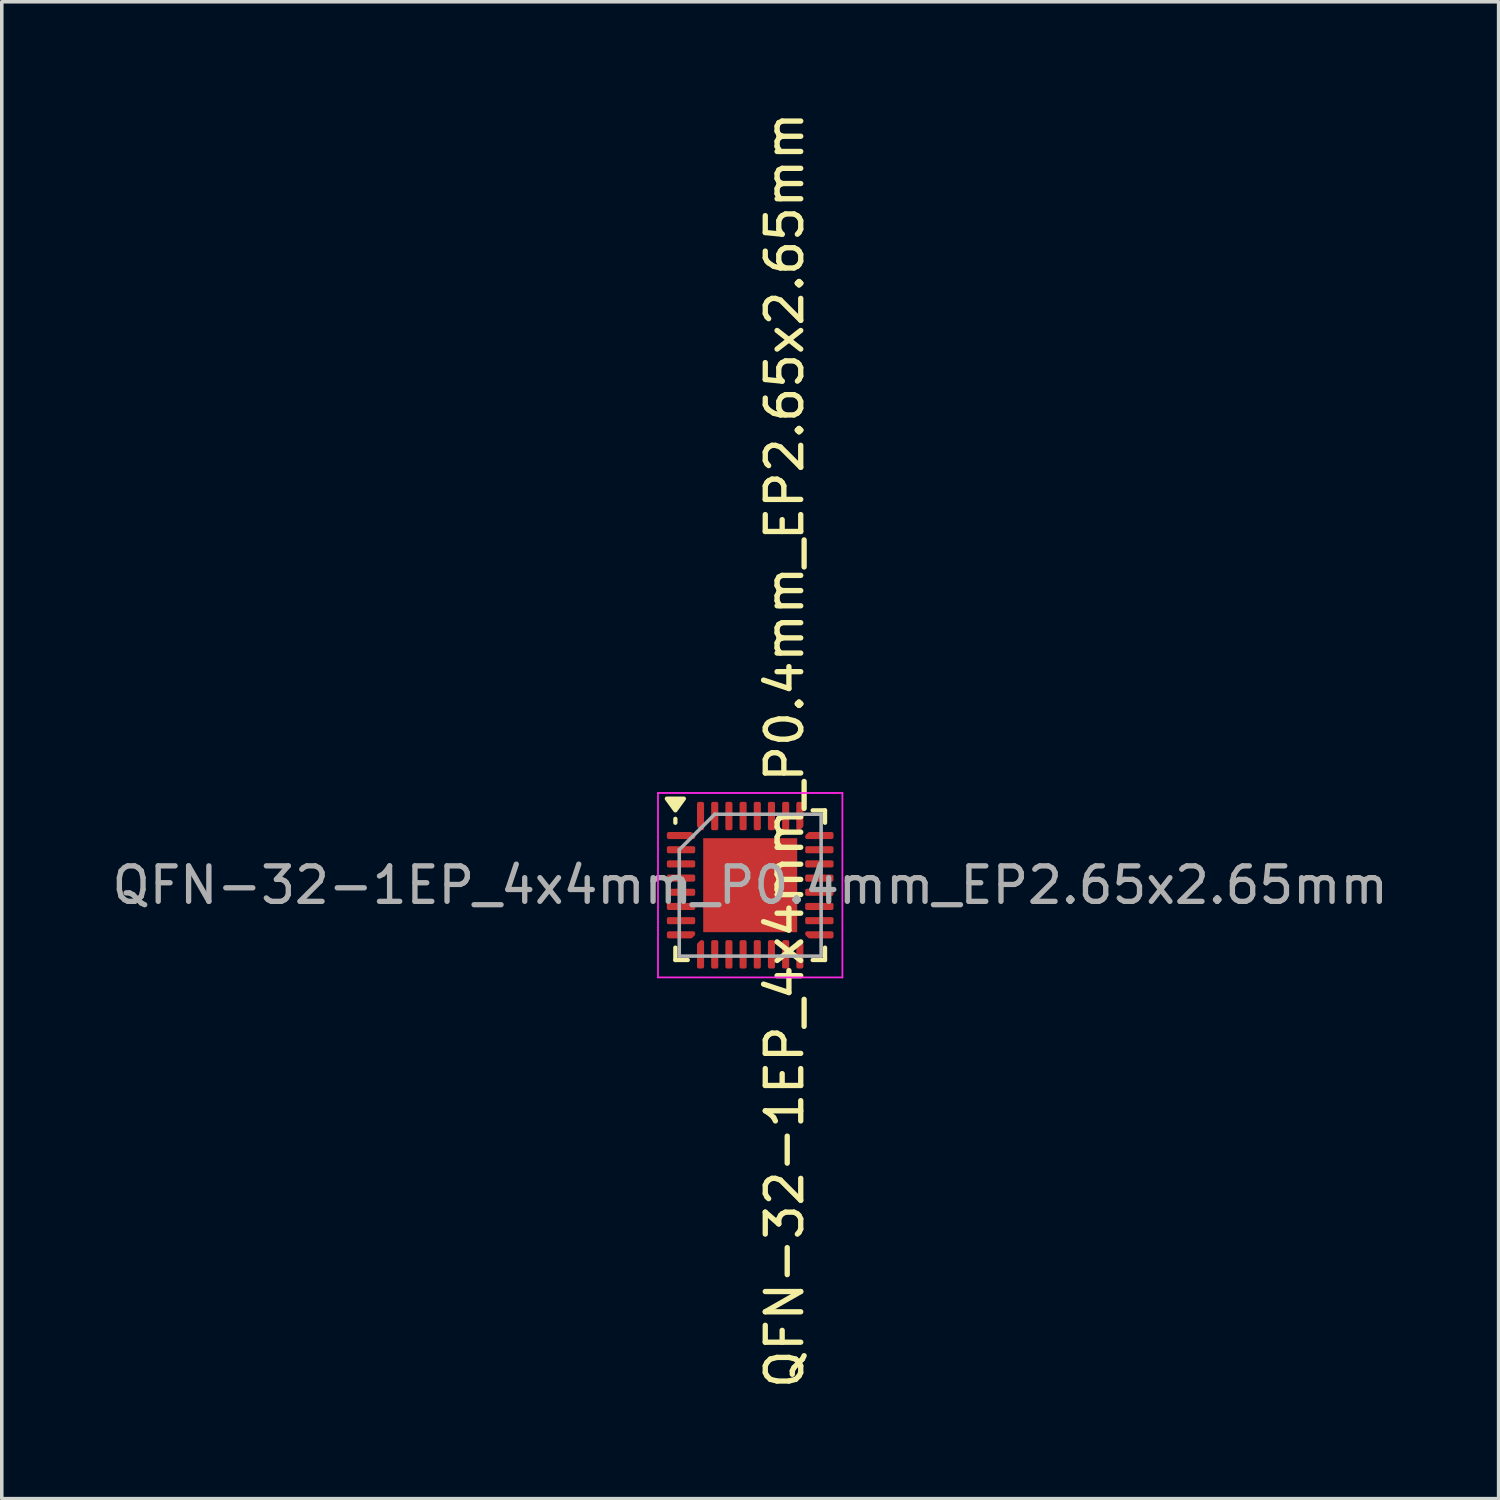
<source format=kicad_pcb>
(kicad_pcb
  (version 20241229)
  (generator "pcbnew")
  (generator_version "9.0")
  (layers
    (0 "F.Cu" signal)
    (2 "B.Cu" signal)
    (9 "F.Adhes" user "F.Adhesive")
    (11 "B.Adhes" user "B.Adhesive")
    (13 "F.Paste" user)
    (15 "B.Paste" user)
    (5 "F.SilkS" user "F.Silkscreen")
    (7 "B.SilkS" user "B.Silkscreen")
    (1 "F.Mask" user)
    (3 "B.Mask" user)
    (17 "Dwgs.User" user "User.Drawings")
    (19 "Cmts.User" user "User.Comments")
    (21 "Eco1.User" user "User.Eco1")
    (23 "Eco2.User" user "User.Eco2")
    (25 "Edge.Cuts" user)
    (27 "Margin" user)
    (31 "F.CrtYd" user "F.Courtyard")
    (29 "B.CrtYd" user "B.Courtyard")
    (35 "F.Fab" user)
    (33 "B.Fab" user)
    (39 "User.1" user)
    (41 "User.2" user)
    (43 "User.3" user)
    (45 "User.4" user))
  (footprint "QFN-32-1EP_4x4mm_P0.4mm_EP2.65x2.65mm"
    (layer "F.Cu")
    (at 18.101 21.907)
    (property "Reference" "QFN-32-1EP_4x4mm_P0.4mm_EP2.65x2.65mm" (at 0.97 -3.806 90) (layer "F.SilkS") (effects (font (size 1 1) (thickness 0.15))))
    (attr smd)
    (fp_line (start -2.11 -1.76) (end -2.11 -1.87) (stroke (width 0.12) (type solid)) (layer "F.SilkS"))
    (fp_line (start -2.11 2.11) (end -2.11 1.76) (stroke (width 0.12) (type solid)) (layer "F.SilkS"))
    (fp_line (start -1.76 2.11) (end -2.11 2.11) (stroke (width 0.12) (type solid)) (layer "F.SilkS"))
    (fp_line (start 1.76 -2.11) (end 2.11 -2.11) (stroke (width 0.12) (type solid)) (layer "F.SilkS"))
    (fp_line (start 1.76 2.11) (end 2.11 2.11) (stroke (width 0.12) (type solid)) (layer "F.SilkS"))
    (fp_line (start 2.11 -2.11) (end 2.11 -1.76) (stroke (width 0.12) (type solid)) (layer "F.SilkS"))
    (fp_line (start 2.11 2.11) (end 2.11 1.76) (stroke (width 0.12) (type solid)) (layer "F.SilkS"))
    (fp_poly (pts (xy -2.11 -2.11) (xy -2.35 -2.44) (xy -1.87 -2.44) (xy -2.11 -2.11)) (stroke (width 0.12) (type solid)) (fill yes) (layer "F.SilkS"))
    (fp_line (start -2.6 -2.6) (end -2.6 2.6) (stroke (width 0.05) (type solid)) (layer "F.CrtYd"))
    (fp_line (start -2.6 2.6) (end 2.6 2.6) (stroke (width 0.05) (type solid)) (layer "F.CrtYd"))
    (fp_line (start 2.6 -2.6) (end -2.6 -2.6) (stroke (width 0.05) (type solid)) (layer "F.CrtYd"))
    (fp_line (start 2.6 2.6) (end 2.6 -2.6) (stroke (width 0.05) (type solid)) (layer "F.CrtYd"))
    (fp_line (start -2 -1) (end -1 -2) (stroke (width 0.1) (type solid)) (layer "F.Fab"))
    (fp_line (start -2 2) (end -2 -1) (stroke (width 0.1) (type solid)) (layer "F.Fab"))
    (fp_line (start -1 -2) (end 2 -2) (stroke (width 0.1) (type solid)) (layer "F.Fab"))
    (fp_line (start 2 -2) (end 2 2) (stroke (width 0.1) (type solid)) (layer "F.Fab"))
    (fp_line (start 2 2) (end -2 2) (stroke (width 0.1) (type solid)) (layer "F.Fab"))
    (fp_text user "${REFERENCE}" (at 0 0 0) (layer "F.Fab") (effects (font (size 1 1) (thickness 0.15))))
    (pad "" smd roundrect (at -0.66 -0.66) (size 1.07 1.07) (layers "F.Paste") (roundrect_rratio 0.234))
    (pad "" smd roundrect (at -0.66 0.66) (size 1.07 1.07) (layers "F.Paste") (roundrect_rratio 0.234))
    (pad "" smd roundrect (at 0.66 -0.66) (size 1.07 1.07) (layers "F.Paste") (roundrect_rratio 0.234))
    (pad "" smd roundrect (at 0.66 0.66) (size 1.07 1.07) (layers "F.Paste") (roundrect_rratio 0.234))
    (pad "1" smd custom (at -1.95 -1.4) (size 0.129 0.129) (layers "F.Cu" "F.Mask" "F.Paste") (options (anchor circle)) (primitives (gr_poly (pts (xy -0.35 -0.05) (xy 0.279 -0.05) (xy 0.35 0.021) (xy 0.35 0.05) (xy -0.35 0.05)) (width 0.1) (fill yes))))
    (pad "2" smd roundrect (at -1.95 -1) (size 0.8 0.2) (layers "F.Cu" "F.Mask" "F.Paste") (roundrect_rratio 0.25))
    (pad "3" smd roundrect (at -1.95 -0.6) (size 0.8 0.2) (layers "F.Cu" "F.Mask" "F.Paste") (roundrect_rratio 0.25))
    (pad "4" smd roundrect (at -1.95 -0.2) (size 0.8 0.2) (layers "F.Cu" "F.Mask" "F.Paste") (roundrect_rratio 0.25))
    (pad "5" smd roundrect (at -1.95 0.2) (size 0.8 0.2) (layers "F.Cu" "F.Mask" "F.Paste") (roundrect_rratio 0.25))
    (pad "6" smd roundrect (at -1.95 0.6) (size 0.8 0.2) (layers "F.Cu" "F.Mask" "F.Paste") (roundrect_rratio 0.25))
    (pad "7" smd roundrect (at -1.95 1) (size 0.8 0.2) (layers "F.Cu" "F.Mask" "F.Paste") (roundrect_rratio 0.25))
    (pad "8" smd custom (at -1.95 1.4) (size 0.129 0.129) (layers "F.Cu" "F.Mask" "F.Paste") (options (anchor circle)) (primitives (gr_poly (pts (xy -0.35 -0.05) (xy 0.35 -0.05) (xy 0.35 -0.021) (xy 0.279 0.05) (xy -0.35 0.05)) (width 0.1) (fill yes))))
    (pad "9" smd custom (at -1.4 1.95) (size 0.129 0.129) (layers "F.Cu" "F.Mask" "F.Paste") (options (anchor circle)) (primitives (gr_poly (pts (xy -0.05 -0.279) (xy 0.021 -0.35) (xy 0.05 -0.35) (xy 0.05 0.35) (xy -0.05 0.35)) (width 0.1) (fill yes))))
    (pad "10" smd roundrect (at -1 1.95) (size 0.2 0.8) (layers "F.Cu" "F.Mask" "F.Paste") (roundrect_rratio 0.25))
    (pad "11" smd roundrect (at -0.6 1.95) (size 0.2 0.8) (layers "F.Cu" "F.Mask" "F.Paste") (roundrect_rratio 0.25))
    (pad "12" smd roundrect (at -0.2 1.95) (size 0.2 0.8) (layers "F.Cu" "F.Mask" "F.Paste") (roundrect_rratio 0.25))
    (pad "13" smd roundrect (at 0.2 1.95) (size 0.2 0.8) (layers "F.Cu" "F.Mask" "F.Paste") (roundrect_rratio 0.25))
    (pad "14" smd roundrect (at 0.6 1.95) (size 0.2 0.8) (layers "F.Cu" "F.Mask" "F.Paste") (roundrect_rratio 0.25))
    (pad "15" smd roundrect (at 1 1.95) (size 0.2 0.8) (layers "F.Cu" "F.Mask" "F.Paste") (roundrect_rratio 0.25))
    (pad "16" smd custom (at 1.4 1.95) (size 0.129 0.129) (layers "F.Cu" "F.Mask" "F.Paste") (options (anchor circle)) (primitives (gr_poly (pts (xy -0.05 -0.35) (xy -0.021 -0.35) (xy 0.05 -0.279) (xy 0.05 0.35) (xy -0.05 0.35)) (width 0.1) (fill yes))))
    (pad "17" smd custom (at 1.95 1.4) (size 0.129 0.129) (layers "F.Cu" "F.Mask" "F.Paste") (options (anchor circle)) (primitives (gr_poly (pts (xy -0.35 -0.05) (xy 0.35 -0.05) (xy 0.35 0.05) (xy -0.279 0.05) (xy -0.35 -0.021)) (width 0.1) (fill yes))))
    (pad "18" smd roundrect (at 1.95 1) (size 0.8 0.2) (layers "F.Cu" "F.Mask" "F.Paste") (roundrect_rratio 0.25))
    (pad "19" smd roundrect (at 1.95 0.6) (size 0.8 0.2) (layers "F.Cu" "F.Mask" "F.Paste") (roundrect_rratio 0.25))
    (pad "20" smd roundrect (at 1.95 0.2) (size 0.8 0.2) (layers "F.Cu" "F.Mask" "F.Paste") (roundrect_rratio 0.25))
    (pad "21" smd roundrect (at 1.95 -0.2) (size 0.8 0.2) (layers "F.Cu" "F.Mask" "F.Paste") (roundrect_rratio 0.25))
    (pad "22" smd roundrect (at 1.95 -0.6) (size 0.8 0.2) (layers "F.Cu" "F.Mask" "F.Paste") (roundrect_rratio 0.25))
    (pad "23" smd roundrect (at 1.95 -1) (size 0.8 0.2) (layers "F.Cu" "F.Mask" "F.Paste") (roundrect_rratio 0.25))
    (pad "24" smd custom (at 1.95 -1.4) (size 0.129 0.129) (layers "F.Cu" "F.Mask" "F.Paste") (options (anchor circle)) (primitives (gr_poly (pts (xy -0.35 0.021) (xy -0.279 -0.05) (xy 0.35 -0.05) (xy 0.35 0.05) (xy -0.35 0.05)) (width 0.1) (fill yes))))
    (pad "25" smd custom (at 1.4 -1.95) (size 0.129 0.129) (layers "F.Cu" "F.Mask" "F.Paste") (options (anchor circle)) (primitives (gr_poly (pts (xy -0.05 -0.35) (xy 0.05 -0.35) (xy 0.05 0.279) (xy -0.021 0.35) (xy -0.05 0.35)) (width 0.1) (fill yes))))
    (pad "26" smd roundrect (at 1 -1.95) (size 0.2 0.8) (layers "F.Cu" "F.Mask" "F.Paste") (roundrect_rratio 0.25))
    (pad "27" smd roundrect (at 0.6 -1.95) (size 0.2 0.8) (layers "F.Cu" "F.Mask" "F.Paste") (roundrect_rratio 0.25))
    (pad "28" smd roundrect (at 0.2 -1.95) (size 0.2 0.8) (layers "F.Cu" "F.Mask" "F.Paste") (roundrect_rratio 0.25))
    (pad "29" smd roundrect (at -0.2 -1.95) (size 0.2 0.8) (layers "F.Cu" "F.Mask" "F.Paste") (roundrect_rratio 0.25))
    (pad "30" smd roundrect (at -0.6 -1.95) (size 0.2 0.8) (layers "F.Cu" "F.Mask" "F.Paste") (roundrect_rratio 0.25))
    (pad "31" smd roundrect (at -1 -1.95) (size 0.2 0.8) (layers "F.Cu" "F.Mask" "F.Paste") (roundrect_rratio 0.25))
    (pad "32" smd custom (at -1.4 -1.95) (size 0.129 0.129) (layers "F.Cu" "F.Mask" "F.Paste") (options (anchor circle)) (primitives (gr_poly (pts (xy -0.05 -0.35) (xy 0.05 -0.35) (xy 0.05 0.35) (xy 0.021 0.35) (xy -0.05 0.279)) (width 0.1) (fill yes))))
    (pad "33" smd rect (at 0 0) (size 2.65 2.65) (property pad_prop_heatsink) (layers "F.Cu" "F.Mask")))
  (gr_rect
    (start -3 -3)
    (end 39.202 39.202)
    (stroke (width 0.1) (type default))
    (fill no)
    (layer "Edge.Cuts")))
</source>
